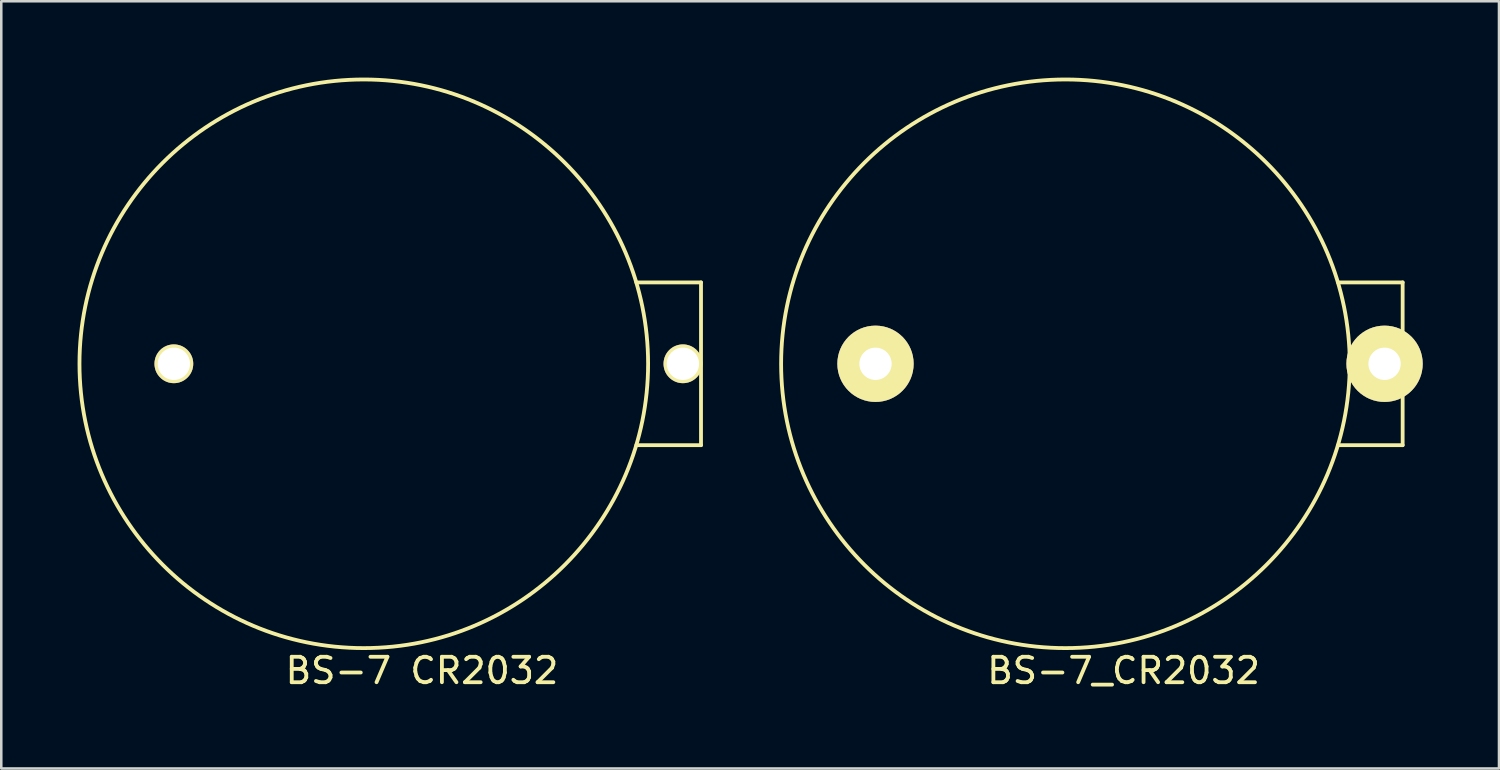
<source format=kicad_pcb>
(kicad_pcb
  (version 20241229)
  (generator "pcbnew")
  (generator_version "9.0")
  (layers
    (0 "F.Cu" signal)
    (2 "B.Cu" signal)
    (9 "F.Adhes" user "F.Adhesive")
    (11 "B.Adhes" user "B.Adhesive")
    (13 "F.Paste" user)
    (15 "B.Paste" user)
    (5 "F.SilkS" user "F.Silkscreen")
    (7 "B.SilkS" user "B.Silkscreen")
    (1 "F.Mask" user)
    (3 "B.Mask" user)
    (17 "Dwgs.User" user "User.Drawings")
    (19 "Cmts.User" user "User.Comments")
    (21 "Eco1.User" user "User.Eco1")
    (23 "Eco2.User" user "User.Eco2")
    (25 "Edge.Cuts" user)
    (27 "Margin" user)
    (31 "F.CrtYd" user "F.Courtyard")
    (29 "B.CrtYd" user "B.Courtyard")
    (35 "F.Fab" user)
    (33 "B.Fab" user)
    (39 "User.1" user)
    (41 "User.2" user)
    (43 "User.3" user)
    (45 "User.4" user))
  (footprint "BS-7 CR2032"
    (layer "F.Cu")
    (at 11.254 11.254)
    (property "Reference" "BS-7 CR2032" (at 2.286 12.065 0) (layer "F.SilkS") (effects (font (size 1 1) (thickness 0.15))))
    (attr through_hole)
    (fp_line (start 10.719 3.2) (end 13.259 3.2) (stroke (width 0.15) (type solid)) (layer "F.SilkS"))
    (fp_line (start 13.259 -3.2) (end 10.719 -3.2) (stroke (width 0.15) (type solid)) (layer "F.SilkS"))
    (fp_line (start 13.259 3.2) (end 13.259 -3.2) (stroke (width 0.15) (type solid)) (layer "F.SilkS"))
    (fp_circle (center 0 0) (end 11.176 0.254) (stroke (width 0.15) (type solid)) (fill no) (layer "F.SilkS"))
    (pad "1" thru_hole circle (at 12.548 0) (size 1.524 1.524) (drill 1.27) (layers "*.Cu" "*.Mask" "F.SilkS"))
    (pad "2" thru_hole circle (at -7.468 0) (size 1.524 1.524) (drill 1.27) (layers "*.Cu" "*.Mask" "F.SilkS")))
  (footprint "BS-7_CR2032"
    (layer "F.Cu")
    (at 38.842 11.254)
    (property "Reference" "BS-7_CR2032" (at 2.286 12.065 0) (layer "F.SilkS") (effects (font (size 1 1) (thickness 0.15))))
    (attr through_hole)
    (fp_line (start 10.719 3.2) (end 13.259 3.2) (stroke (width 0.15) (type solid)) (layer "F.SilkS"))
    (fp_line (start 13.259 -3.2) (end 10.719 -3.2) (stroke (width 0.15) (type solid)) (layer "F.SilkS"))
    (fp_line (start 13.259 3.2) (end 13.259 -3.2) (stroke (width 0.15) (type solid)) (layer "F.SilkS"))
    (fp_circle (center 0 0) (end 11.176 0.254) (stroke (width 0.15) (type solid)) (fill no) (layer "F.SilkS"))
    (pad "1" thru_hole circle (at 12.548 0) (size 3 3) (drill 1.27) (layers "*.Cu" "*.Mask" "F.SilkS"))
    (pad "2" thru_hole circle (at -7.468 0) (size 3 3) (drill 1.27) (layers "*.Cu" "*.Mask" "F.SilkS")))
  (gr_rect
    (start -3 -3)
    (end 55.889 27.167)
    (stroke (width 0.1) (type default))
    (fill no)
    (layer "Edge.Cuts")))
</source>
